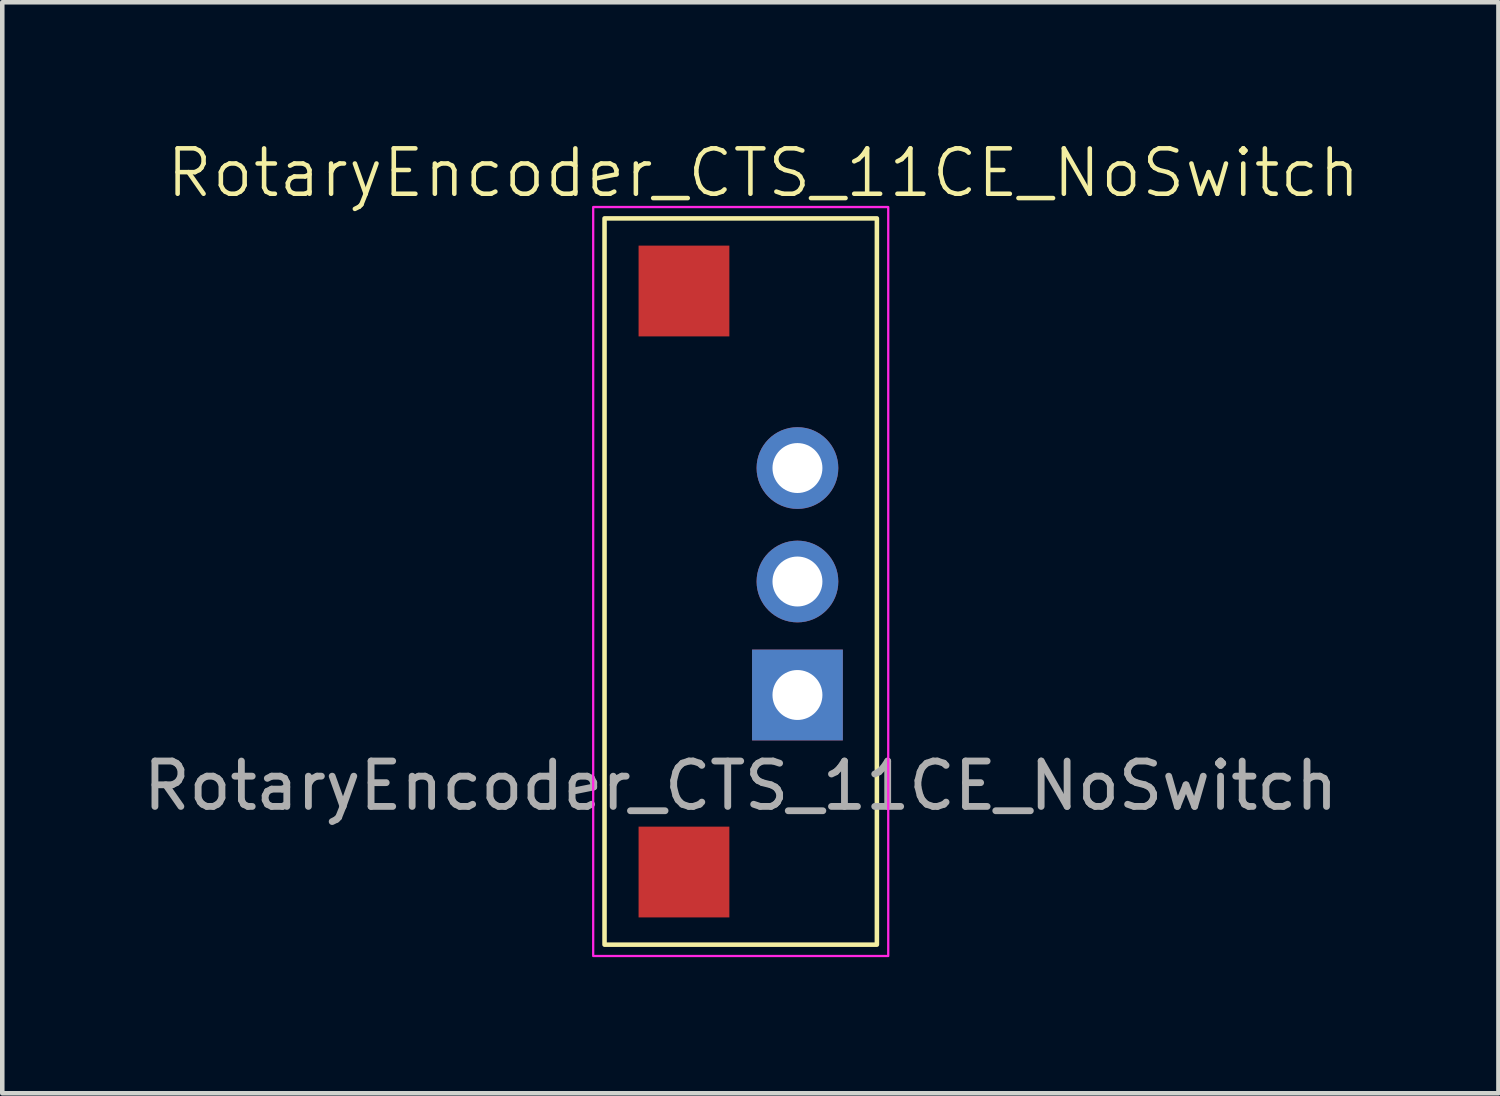
<source format=kicad_pcb>
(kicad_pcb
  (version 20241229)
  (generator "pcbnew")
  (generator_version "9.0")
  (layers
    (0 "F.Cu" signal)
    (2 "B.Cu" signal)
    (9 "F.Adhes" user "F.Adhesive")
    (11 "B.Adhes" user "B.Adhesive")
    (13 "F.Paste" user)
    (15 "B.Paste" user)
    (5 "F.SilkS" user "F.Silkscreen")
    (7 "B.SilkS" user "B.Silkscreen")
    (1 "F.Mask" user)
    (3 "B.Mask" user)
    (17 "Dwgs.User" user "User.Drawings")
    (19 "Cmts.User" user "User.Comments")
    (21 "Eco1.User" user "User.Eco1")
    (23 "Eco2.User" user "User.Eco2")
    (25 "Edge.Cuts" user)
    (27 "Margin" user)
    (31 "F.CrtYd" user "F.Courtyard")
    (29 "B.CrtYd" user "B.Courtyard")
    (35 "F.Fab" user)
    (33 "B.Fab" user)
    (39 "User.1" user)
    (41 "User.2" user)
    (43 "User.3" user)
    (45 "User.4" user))
  (footprint "RotaryEncoder_CTS_11CE_NoSwitch"
    (layer "F.Cu")
    (at 14.518 12.261)
    (property "Reference" "RotaryEncoder_CTS_11CE_NoSwitch" (at -0.75 -11.5 0) (unlocked yes) (layer "F.SilkS") (effects (font (size 1 1) (thickness 0.1))))
    (attr through_hole)
    (fp_rect (start -4.25 -10.5) (end 1.75 5.5) (stroke (width 0.1) (type default)) (fill no) (layer "F.SilkS"))
    (fp_rect (start -4.5 -10.75) (end 2 5.75) (stroke (width 0.05) (type default)) (fill no) (layer "F.CrtYd"))
    (fp_text user "${REFERENCE}" (at -1.25 2 0) (unlocked yes) (layer "F.Fab") (effects (font (size 1 1) (thickness 0.15))))
    (pad "1" smd rect (at -2.5 -8.9) (size 2 2) (layers "F.Cu" "F.Mask" "F.Paste"))
    (pad "2" smd rect (at -2.5 3.9) (size 2 2) (layers "F.Cu" "F.Mask" "F.Paste"))
    (pad "A" thru_hole rect (at 0 0) (size 2 2) (drill 1.1) (layers "*.Cu" "*.Mask"))
    (pad "B" thru_hole circle (at 0 -5) (size 1.8 1.8) (drill 1.1) (layers "*.Cu" "*.Mask"))
    (pad "C" thru_hole circle (at 0 -2.5) (size 1.8 1.8) (drill 1.1) (layers "*.Cu" "*.Mask")))
  (gr_rect
    (start -3 -3)
    (end 29.961 21.035)
    (stroke (width 0.1) (type default))
    (fill no)
    (layer "Edge.Cuts")))
</source>
